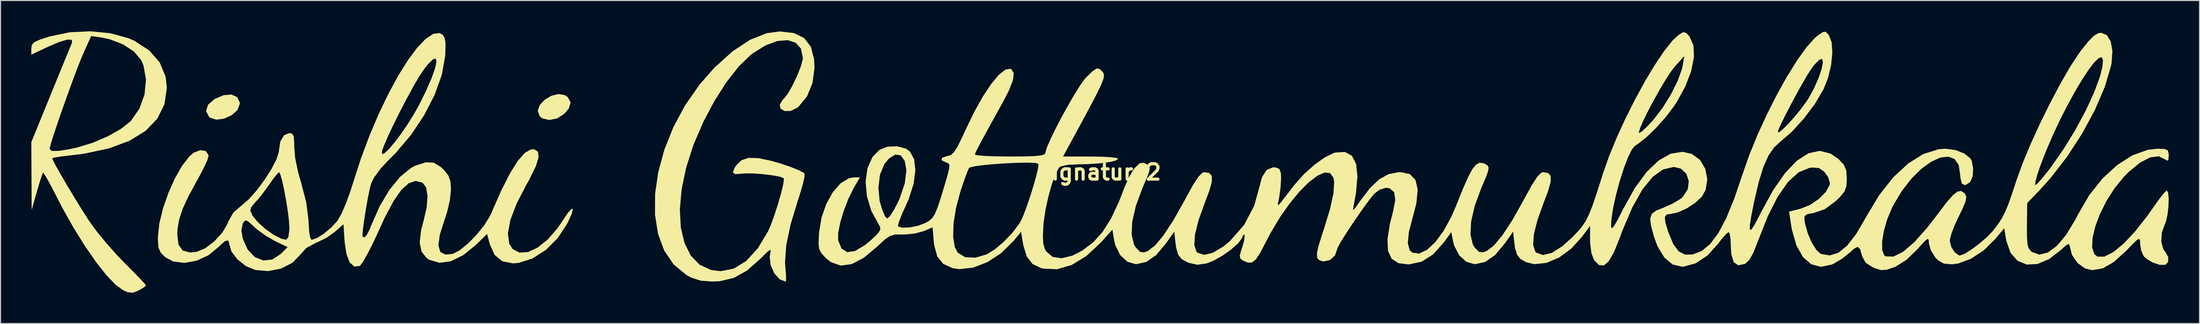
<source format=kicad_pcb>
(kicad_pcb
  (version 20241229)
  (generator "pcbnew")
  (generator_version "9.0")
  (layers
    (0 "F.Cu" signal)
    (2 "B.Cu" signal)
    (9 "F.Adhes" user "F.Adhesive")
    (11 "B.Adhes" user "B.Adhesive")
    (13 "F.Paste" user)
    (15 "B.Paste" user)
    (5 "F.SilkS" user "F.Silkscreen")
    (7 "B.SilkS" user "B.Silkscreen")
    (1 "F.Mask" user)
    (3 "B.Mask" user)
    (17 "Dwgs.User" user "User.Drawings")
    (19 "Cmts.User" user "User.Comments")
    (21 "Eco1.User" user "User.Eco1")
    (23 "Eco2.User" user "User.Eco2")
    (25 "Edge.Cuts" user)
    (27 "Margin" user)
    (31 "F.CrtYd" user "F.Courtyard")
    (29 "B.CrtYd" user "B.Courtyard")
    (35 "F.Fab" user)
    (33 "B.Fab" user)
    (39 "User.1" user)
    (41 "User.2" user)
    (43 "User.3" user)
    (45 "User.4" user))
  (footprint "signature2"
    (layer "F.Cu")
    (at 104.14 13.731)
    (property "Reference" "signature2" (at 0 0 0) (layer "F.SilkS") (effects (font (size 1.5 1.5) (thickness 0.3))))
    (attr board_only exclude_from_pos_files exclude_from_bom)
    (fp_poly (pts (xy -84.067 -7.308) (xy -83.823 -6.758) (xy -83.82 -6.669) (xy -84.044 -6.064) (xy -84.608 -5.557) (xy -85.353 -5.217) (xy -86.116 -5.114) (xy -86.737 -5.315) (xy -86.817 -5.385) (xy -87.109 -5.959) (xy -86.923 -6.563) (xy -86.296 -7.115) (xy -85.403 -7.504) (xy -84.627 -7.562)) (stroke (width 0) (type solid)) (fill yes) (layer "F.SilkS"))
    (fp_poly (pts (xy -52.138 -7.507) (xy -51.867 -7.315) (xy -51.585 -6.8) (xy -51.755 -6.219) (xy -52.185 -5.703) (xy -52.889 -5.244) (xy -53.673 -5.085) (xy -54.356 -5.246) (xy -54.6 -5.449) (xy -54.787 -5.989) (xy -54.587 -6.551) (xy -54.111 -7.06) (xy -53.47 -7.44) (xy -52.775 -7.614)) (stroke (width 0) (type solid)) (fill yes) (layer "F.SilkS"))
    (fp_poly (pts (xy -96.414 -13.536) (xy -94.656 -13.054) (xy -94.107 -12.812) (xy -92.643 -11.859) (xy -91.62 -10.683) (xy -91.051 -9.304) (xy -90.932 -8.216) (xy -91.165 -6.616) (xy -91.856 -5.218) (xy -92.995 -4.03) (xy -94.572 -3.059) (xy -96.575 -2.313) (xy -98.995 -1.799) (xy -100.321 -1.634) (xy -101.198 -1.534) (xy -101.836 -1.435) (xy -102.106 -1.357) (xy -102.108 -1.352) (xy -101.982 -1.059) (xy -101.643 -0.429) (xy -101.144 0.446) (xy -100.541 1.472) (xy -99.888 2.555) (xy -99.242 3.603) (xy -98.657 4.523) (xy -98.458 4.826) (xy -97.718 5.834) (xy -96.752 7.009) (xy -95.707 8.175) (xy -95.076 8.825) (xy -94.249 9.655) (xy -93.574 10.351) (xy -93.122 10.839) (xy -92.964 11.041) (xy -93.164 11.229) (xy -93.648 11.517) (xy -93.676 11.531) (xy -94.235 11.755) (xy -94.724 11.71) (xy -95.192 11.51) (xy -95.927 10.977) (xy -96.821 10.042) (xy -97.828 8.767) (xy -98.904 7.216) (xy -100.004 5.452) (xy -101.083 3.538) (xy -101.713 2.323) (xy -102.209 1.356) (xy -102.624 0.598) (xy -102.905 0.138) (xy -102.998 0.043) (xy -103.11 0.318) (xy -103.315 0.951) (xy -103.571 1.812) (xy -103.599 1.911) (xy -104.104 3.683) (xy -104.122 0.381) (xy -104.136 -2.252) (xy -102.362 -2.252) (xy -102.127 -2.068) (xy -101.427 -2.075) (xy -100.266 -2.272) (xy -99.629 -2.414) (xy -98.156 -2.863) (xy -96.708 -3.483) (xy -95.439 -4.196) (xy -94.503 -4.926) (xy -94.438 -4.992) (xy -93.605 -6.186) (xy -93.105 -7.578) (xy -92.964 -9.027) (xy -93.205 -10.39) (xy -93.438 -10.926) (xy -94.131 -11.752) (xy -95.195 -12.453) (xy -96.495 -12.953) (xy -97.22 -13.107) (xy -98.3 -13.273) (xy -99.066 -11.585) (xy -99.361 -10.88) (xy -99.752 -9.875) (xy -100.204 -8.663) (xy -100.685 -7.339) (xy -101.161 -5.995) (xy -101.599 -4.726) (xy -101.966 -3.626) (xy -102.23 -2.789) (xy -102.356 -2.308) (xy -102.362 -2.252) (xy -104.136 -2.252) (xy -104.139 -2.921) (xy -102.222 -7.62) (xy -101.628 -9.075) (xy -101.095 -10.378) (xy -100.653 -11.454) (xy -100.335 -12.226) (xy -100.173 -12.615) (xy -100.163 -12.636) (xy -100.197 -12.905) (xy -100.627 -12.92) (xy -101.412 -12.69) (xy -102.513 -12.221) (xy -102.552 -12.203) (xy -104.14 -11.452) (xy -104.14 -12.068) (xy -104.085 -12.406) (xy -103.85 -12.664) (xy -103.335 -12.907) (xy -102.436 -13.203) (xy -102.348 -13.23) (xy -100.416 -13.632) (xy -98.386 -13.731)) (stroke (width 0) (type solid)) (fill yes) (layer "F.SilkS"))
    (fp_poly (pts (xy -29.817 -13.556) (xy -28.818 -13.062) (xy -28.172 -12.212) (xy -27.859 -10.987) (xy -27.821 -10.179) (xy -28.017 -8.687) (xy -28.552 -7.381) (xy -29.372 -6.387) (xy -29.514 -6.274) (xy -30.155 -5.966) (xy -30.72 -5.956) (xy -31.109 -6.177) (xy -31.216 -6.559) (xy -30.941 -7.035) (xy -30.821 -7.144) (xy -30.441 -7.619) (xy -29.987 -8.408) (xy -29.538 -9.34) (xy -29.173 -10.246) (xy -28.973 -10.956) (xy -28.956 -11.129) (xy -29.141 -12.037) (xy -29.658 -12.618) (xy -30.444 -12.868) (xy -31.439 -12.784) (xy -32.583 -12.362) (xy -33.815 -11.599) (xy -34.045 -11.423) (xy -35.192 -10.314) (xy -36.387 -8.792) (xy -37.571 -6.939) (xy -38.626 -4.962) (xy -39.621 -2.654) (xy -40.335 -0.42) (xy -40.774 1.698) (xy -40.943 3.655) (xy -40.846 5.41) (xy -40.488 6.919) (xy -39.875 8.139) (xy -39.011 9.027) (xy -37.901 9.539) (xy -36.957 9.652) (xy -35.682 9.402) (xy -34.477 8.66) (xy -33.359 7.441) (xy -32.368 5.808) (xy -32.066 5.116) (xy -31.733 4.202) (xy -31.404 3.189) (xy -31.116 2.199) (xy -30.905 1.353) (xy -30.806 0.772) (xy -30.826 0.585) (xy -31.188 0.447) (xy -31.897 0.314) (xy -32.792 0.202) (xy -33.714 0.131) (xy -34.501 0.116) (xy -34.861 0.145) (xy -35.543 0.198) (xy -35.781 0.028) (xy -35.611 -0.416) (xy -35.433 -0.685) (xy -34.932 -1.167) (xy -34.237 -1.393) (xy -33.277 -1.365) (xy -31.979 -1.088) (xy -31.204 -0.864) (xy -30.194 -0.526) (xy -29.382 -0.204) (xy -28.883 0.056) (xy -28.784 0.154) (xy -28.809 0.518) (xy -28.976 1.236) (xy -29.254 2.182) (xy -29.427 2.709) (xy -30.156 5.113) (xy -30.577 7.137) (xy -30.695 8.802) (xy -30.653 9.405) (xy -30.592 10.125) (xy -30.598 10.582) (xy -30.636 10.668) (xy -31.228 10.44) (xy -31.742 9.858) (xy -32.092 9.078) (xy -32.19 8.253) (xy -32.145 7.968) (xy -32.087 7.638) (xy -32.183 7.586) (xy -32.497 7.842) (xy -33.092 8.439) (xy -33.104 8.451) (xy -34.404 9.599) (xy -35.686 10.308) (xy -37.061 10.632) (xy -37.772 10.666) (xy -38.921 10.578) (xy -39.851 10.273) (xy -40.299 10.03) (xy -41.546 9.001) (xy -42.468 7.642) (xy -43.072 6.008) (xy -43.365 4.153) (xy -43.355 2.133) (xy -43.049 0.000469) (xy -42.453 -2.189) (xy -41.577 -4.381) (xy -40.426 -6.521) (xy -39.008 -8.555) (xy -37.592 -10.166) (xy -35.818 -11.77) (xy -34.104 -12.9) (xy -32.466 -13.549) (xy -31.189 -13.716)) (stroke (width 0) (type solid)) (fill yes) (layer "F.SilkS"))
    (fp_poly (pts (xy -64.077 -13.414) (xy -63.87 -13.11) (xy -63.78 -12.569) (xy -63.79 -11.677) (xy -63.811 -11.311) (xy -64.132 -9.504) (xy -64.834 -7.548) (xy -65.859 -5.549) (xy -67.15 -3.614) (xy -68.649 -1.849) (xy -69.208 -1.296) (xy -70.096 -0.356) (xy -70.75 0.541) (xy -71.011 1.068) (xy -71.169 1.665) (xy -71.358 2.597) (xy -71.553 3.697) (xy -71.723 4.796) (xy -71.842 5.726) (xy -71.882 6.28) (xy -71.689 6.349) (xy -71.663 6.35) (xy -71.457 6.133) (xy -71.171 5.578) (xy -70.995 5.144) (xy -70.189 3.313) (xy -69.241 1.726) (xy -68.206 0.459) (xy -67.142 -0.411) (xy -66.687 -0.646) (xy -65.694 -0.961) (xy -64.93 -0.921) (xy -64.236 -0.505) (xy -63.988 -0.274) (xy -63.514 0.297) (xy -63.296 0.904) (xy -63.246 1.728) (xy -63.352 2.731) (xy -63.633 3.924) (xy -63.881 4.675) (xy -64.333 6.094) (xy -64.471 7.122) (xy -64.292 7.767) (xy -63.793 8.037) (xy -63.08 7.969) (xy -62.413 7.63) (xy -61.602 6.973) (xy -60.762 6.116) (xy -60.006 5.179) (xy -59.447 4.281) (xy -59.342 4.053) (xy -58.376 1.857) (xy -57.511 0.145) (xy -56.739 -1.098) (xy -56.049 -1.883) (xy -55.435 -2.225) (xy -55.135 -2.23) (xy -54.764 -1.986) (xy -54.71 -1.442) (xy -54.979 -0.571) (xy -55.575 0.648) (xy -55.871 1.177) (xy -56.851 3.069) (xy -57.462 4.677) (xy -57.701 5.987) (xy -57.565 6.984) (xy -57.233 7.501) (xy -56.56 7.849) (xy -55.721 7.783) (xy -54.782 7.341) (xy -53.81 6.56) (xy -52.872 5.478) (xy -52.411 4.795) (xy -51.85 3.961) (xy -51.492 3.572) (xy -51.363 3.619) (xy -51.49 4.091) (xy -51.897 4.978) (xy -51.907 4.996) (xy -52.841 6.427) (xy -54.008 7.591) (xy -55.312 8.421) (xy -56.66 8.848) (xy -57.212 8.89) (xy -58.25 8.684) (xy -58.997 8.063) (xy -59.448 7.068) (xy -59.728 6.028) (xy -60.789 7.066) (xy -62.042 8.089) (xy -63.254 8.684) (xy -64.376 8.839) (xy -65.364 8.541) (xy -65.625 8.364) (xy -66.121 7.732) (xy -66.294 6.837) (xy -66.15 5.627) (xy -65.91 4.722) (xy -65.611 3.43) (xy -65.531 2.322) (xy -65.668 1.49) (xy -66.019 1.027) (xy -66.022 1.026) (xy -66.692 0.857) (xy -67.372 1.086) (xy -68.082 1.733) (xy -68.84 2.821) (xy -69.668 4.371) (xy -70.249 5.629) (xy -70.804 6.833) (xy -71.327 7.873) (xy -71.768 8.658) (xy -72.077 9.095) (xy -72.14 9.146) (xy -72.669 9.204) (xy -73.109 8.802) (xy -73.431 7.985) (xy -73.61 6.796) (xy -73.615 6.716) (xy -73.719 5.079) (xy -74.574 5.83) (xy -75.356 6.386) (xy -76.211 6.812) (xy -76.386 6.873) (xy -77.358 7.404) (xy -77.852 7.964) (xy -78.683 8.829) (xy -79.803 9.401) (xy -81.064 9.648) (xy -82.318 9.536) (xy -83.219 9.165) (xy -84.062 8.498) (xy -84.636 7.738) (xy -84.836 7.055) (xy -84.937 6.665) (xy -85.251 6.708) (xy -85.795 7.191) (xy -85.871 7.273) (xy -86.883 8.104) (xy -88.042 8.636) (xy -89.228 8.845) (xy -90.318 8.707) (xy -91.108 8.277) (xy -91.537 7.837) (xy -91.746 7.352) (xy -91.805 6.623) (xy -91.804 6.308) (xy -91.665 5.01) (xy -91.31 3.55) (xy -90.789 2.046) (xy -90.152 0.618) (xy -89.452 -0.616) (xy -88.736 -1.538) (xy -88.317 -1.894) (xy -87.673 -2.145) (xy -87.146 -2.062) (xy -86.879 -1.678) (xy -86.87 -1.56) (xy -86.991 -1.159) (xy -87.314 -0.451) (xy -87.776 0.433) (xy -87.96 0.762) (xy -88.806 2.314) (xy -89.386 3.564) (xy -89.736 4.617) (xy -89.896 5.576) (xy -89.916 6.092) (xy -89.792 7.075) (xy -89.392 7.643) (xy -88.676 7.831) (xy -88.008 7.763) (xy -87.179 7.413) (xy -86.302 6.741) (xy -85.529 5.895) (xy -85.404 5.683) (xy -83.671 5.683) (xy -83.535 6.473) (xy -83.054 7.553) (xy -82.359 8.277) (xy -81.532 8.609) (xy -80.659 8.517) (xy -79.831 7.972) (xy -79.167 7.308) (xy -80.379 6.724) (xy -81.286 6.203) (xy -82.15 5.576) (xy -82.428 5.329) (xy -82.946 4.849) (xy -83.236 4.696) (xy -83.425 4.831) (xy -83.532 5.017) (xy -83.671 5.683) (xy -85.404 5.683) (xy -85.013 5.021) (xy -84.942 4.816) (xy -84.449 3.933) (xy -84.18 3.703) (xy -82.804 3.703) (xy -82.597 4.232) (xy -82.061 4.881) (xy -81.322 5.544) (xy -80.506 6.119) (xy -79.741 6.499) (xy -79.311 6.593) (xy -79.091 6.357) (xy -78.997 5.635) (xy -78.993 5.397) (xy -79.036 4.701) (xy -79.15 3.777) (xy -79.312 2.747) (xy -79.501 1.732) (xy -79.693 0.856) (xy -79.866 0.238) (xy -79.997 0.001) (xy -79.999 0.00049) (xy -80.203 0.194) (xy -80.595 0.695) (xy -80.996 1.262) (xy -81.547 2.025) (xy -82.061 2.666) (xy -82.33 2.951) (xy -82.695 3.4) (xy -82.804 3.703) (xy -84.18 3.703) (xy -83.628 3.23) (xy -82.934 2.633) (xy -82.169 1.767) (xy -81.413 0.753) (xy -80.748 -0.288) (xy -80.256 -1.236) (xy -80.02 -1.971) (xy -80.01 -2.1) (xy -79.873 -2.998) (xy -79.504 -3.602) (xy -78.995 -3.81) (xy -78.708 -3.744) (xy -78.564 -3.464) (xy -78.52 -2.849) (xy -78.521 -2.459) (xy -78.426 -1.362) (xy -78.143 -0.001) (xy -77.845 1.033) (xy -77.346 2.954) (xy -77.127 4.703) (xy -77.121 4.889) (xy -77.07 5.756) (xy -76.968 6.37) (xy -76.835 6.602) (xy -76.302 6.426) (xy -75.595 5.972) (xy -74.865 5.352) (xy -74.304 4.734) (xy -73.921 4.069) (xy -73.473 3.036) (xy -73.013 1.759) (xy -72.763 0.966) (xy -72.009 -1.36) (xy -71.757 -2.032) (xy -69.969 -2.032) (xy -69.958 -1.754) (xy -69.722 -1.842) (xy -69.31 -2.232) (xy -68.772 -2.863) (xy -68.158 -3.673) (xy -67.517 -4.599) (xy -66.898 -5.579) (xy -66.357 -6.545) (xy -65.646 -7.983) (xy -65.124 -9.188) (xy -64.793 -10.126) (xy -64.659 -10.762) (xy -64.726 -11.063) (xy -64.998 -10.995) (xy -65.479 -10.524) (xy -65.912 -9.979) (xy -66.358 -9.3) (xy -66.935 -8.306) (xy -67.588 -7.108) (xy -68.258 -5.817) (xy -68.89 -4.544) (xy -69.427 -3.401) (xy -69.811 -2.5) (xy -69.969 -2.032) (xy -71.757 -2.032) (xy -71.168 -3.604) (xy -70.264 -5.724) (xy -69.324 -7.678) (xy -68.373 -9.425) (xy -67.436 -10.921) (xy -66.54 -12.124) (xy -65.709 -12.993) (xy -64.969 -13.484) (xy -64.346 -13.556)) (stroke (width 0) (type solid)) (fill yes) (layer "F.SilkS"))
    (fp_poly (pts (xy 70.953 -13.44) (xy 71.032 -13.335) (xy 71.298 -12.633) (xy 71.36 -11.611) (xy 71.234 -10.409) (xy 70.934 -9.167) (xy 70.504 -8.086) (xy 69.657 -6.651) (xy 68.57 -5.203) (xy 67.386 -3.911) (xy 66.371 -3.039) (xy 65.695 -2.421) (xy 65.127 -1.596) (xy 64.635 -0.491) (xy 64.185 0.969) (xy 63.743 2.86) (xy 63.731 2.921) (xy 63.456 4.298) (xy 63.317 5.195) (xy 63.32 5.624) (xy 63.473 5.595) (xy 63.783 5.122) (xy 64.26 4.216) (xy 64.398 3.937) (xy 65.581 1.776) (xy 66.754 0.089) (xy 67.908 -1.118) (xy 69.038 -1.841) (xy 70.133 -2.074) (xy 71.188 -1.812) (xy 71.941 -1.291) (xy 72.476 -0.731) (xy 72.716 -0.166) (xy 72.771 0.632) (xy 72.729 1.36) (xy 72.538 1.892) (xy 72.101 2.427) (xy 71.707 2.807) (xy 70.649 3.599) (xy 69.597 3.966) (xy 69.59 3.967) (xy 68.931 4.095) (xy 68.656 4.287) (xy 68.645 4.69) (xy 68.707 5.041) (xy 68.97 5.981) (xy 69.367 6.884) (xy 69.817 7.598) (xy 70.239 7.969) (xy 70.241 7.97) (xy 71.107 8.116) (xy 71.949 7.858) (xy 72.797 7.171) (xy 73.678 6.034) (xy 74.622 4.421) (xy 74.665 4.338) (xy 75.927 2.238) (xy 77.303 0.498) (xy 78.753 -0.848) (xy 80.24 -1.77) (xy 81.726 -2.233) (xy 82.372 -2.284) (xy 83.342 -2.157) (xy 84.207 -1.822) (xy 84.802 -1.354) (xy 84.932 -1.132) (xy 85.08 -0.388) (xy 85.035 0.381) (xy 84.815 0.933) (xy 84.785 0.965) (xy 84.302 1.276) (xy 83.975 1.113) (xy 83.826 0.494) (xy 83.82 0.272) (xy 83.674 -0.695) (xy 83.267 -1.283) (xy 82.651 -1.516) (xy 81.874 -1.418) (xy 80.985 -1.012) (xy 80.035 -0.323) (xy 79.073 0.625) (xy 78.149 1.809) (xy 77.311 3.205) (xy 77.172 3.48) (xy 76.697 4.621) (xy 76.372 5.762) (xy 76.209 6.797) (xy 76.224 7.62) (xy 76.428 8.125) (xy 76.555 8.21) (xy 77.31 8.231) (xy 78.231 7.779) (xy 79.32 6.852) (xy 80.578 5.449) (xy 81.665 4.04) (xy 82.493 2.949) (xy 83.106 2.245) (xy 83.564 1.889) (xy 83.921 1.839) (xy 84.236 2.054) (xy 84.309 2.136) (xy 84.415 2.425) (xy 84.327 2.89) (xy 84.017 3.629) (xy 83.705 4.261) (xy 83.269 5.197) (xy 82.949 6.04) (xy 82.806 6.626) (xy 82.804 6.679) (xy 82.951 7.291) (xy 83.301 7.838) (xy 83.719 8.121) (xy 83.788 8.128) (xy 84.231 7.967) (xy 84.905 7.549) (xy 85.676 6.974) (xy 86.413 6.342) (xy 86.984 5.752) (xy 87.033 5.69) (xy 87.504 5.07) (xy 87.873 4.511) (xy 88.19 3.903) (xy 88.506 3.138) (xy 88.871 2.105) (xy 89.15 1.259) (xy 91.124 1.259) (xy 91.142 1.27) (xy 91.375 1.08) (xy 91.824 0.575) (xy 92.407 -0.151) (xy 92.631 -0.445) (xy 93.866 -2.208) (xy 95.02 -4.085) (xy 96.037 -5.969) (xy 96.863 -7.755) (xy 97.444 -9.336) (xy 97.668 -10.225) (xy 97.736 -10.926) (xy 97.611 -11.21) (xy 97.319 -11.122) (xy 96.887 -10.703) (xy 96.342 -9.995) (xy 95.711 -9.041) (xy 95.019 -7.884) (xy 94.294 -6.565) (xy 93.562 -5.127) (xy 92.85 -3.613) (xy 92.184 -2.065) (xy 91.596 -0.542) (xy 91.311 0.317) (xy 91.144 0.956) (xy 91.124 1.259) (xy 89.15 1.259) (xy 89.332 0.709) (xy 89.92 -0.912) (xy 90.693 -2.765) (xy 91.595 -4.735) (xy 92.568 -6.71) (xy 93.557 -8.577) (xy 94.504 -10.221) (xy 95.355 -11.53) (xy 95.56 -11.811) (xy 96.295 -12.735) (xy 96.845 -13.291) (xy 97.283 -13.549) (xy 97.536 -13.589) (xy 98.105 -13.363) (xy 98.485 -12.742) (xy 98.65 -11.811) (xy 98.573 -10.658) (xy 98.515 -10.353) (xy 97.906 -8.3) (xy 96.948 -6.068) (xy 95.706 -3.77) (xy 94.247 -1.521) (xy 92.634 0.564) (xy 91.612 1.698) (xy 90.346 3.016) (xy 90.322 5.21) (xy 90.324 6.301) (xy 90.374 7.001) (xy 90.495 7.429) (xy 90.708 7.7) (xy 90.805 7.777) (xy 91.545 8.039) (xy 92.368 7.832) (xy 93.245 7.18) (xy 94.143 6.109) (xy 95.031 4.644) (xy 95.281 4.153) (xy 96.379 2.265) (xy 97.673 0.636) (xy 99.1 -0.682) (xy 100.599 -1.638) (xy 102.106 -2.178) (xy 103.061 -2.284) (xy 103.739 -2.257) (xy 104.051 -2.114) (xy 104.137 -1.766) (xy 104.14 -1.6) (xy 104.094 -1.15) (xy 103.923 -1.141) (xy 103.835 -1.219) (xy 103.177 -1.544) (xy 102.326 -1.437) (xy 101.323 -0.914) (xy 100.211 0.005) (xy 99.77 0.454) (xy 98.864 1.565) (xy 98.079 2.798) (xy 97.441 4.072) (xy 96.977 5.309) (xy 96.713 6.428) (xy 96.675 7.349) (xy 96.889 7.994) (xy 97.203 8.238) (xy 97.877 8.233) (xy 98.734 7.8) (xy 99.742 6.971) (xy 100.864 5.776) (xy 102.066 4.246) (xy 102.676 3.38) (xy 103.218 2.618) (xy 103.663 2.054) (xy 103.928 1.791) (xy 103.95 1.784) (xy 104.084 2.002) (xy 104.136 2.566) (xy 104.113 3.319) (xy 104.024 4.109) (xy 103.88 4.78) (xy 103.759 5.08) (xy 103.461 5.914) (xy 103.413 6.796) (xy 103.616 7.52) (xy 103.759 7.711) (xy 104.088 8.251) (xy 104.082 8.761) (xy 103.803 9.035) (xy 103.252 9.036) (xy 102.546 8.795) (xy 101.912 8.405) (xy 101.692 8.182) (xy 101.444 7.609) (xy 101.354 6.997) (xy 101.338 6.632) (xy 101.249 6.499) (xy 101.016 6.634) (xy 100.564 7.071) (xy 100 7.659) (xy 98.788 8.76) (xy 97.693 9.387) (xy 96.685 9.552) (xy 95.985 9.387) (xy 95.258 8.861) (xy 94.709 8.064) (xy 94.488 7.213) (xy 94.488 7.202) (xy 94.415 6.998) (xy 94.148 7.121) (xy 93.662 7.557) (xy 92.483 8.476) (xy 91.341 8.955) (xy 90.296 9.005) (xy 89.404 8.638) (xy 88.723 7.863) (xy 88.311 6.692) (xy 88.286 6.549) (xy 88.112 5.461) (xy 87.212 6.544) (xy 86.102 7.634) (xy 84.858 8.448) (xy 83.612 8.909) (xy 83.018 8.983) (xy 82.228 8.917) (xy 81.664 8.595) (xy 81.382 8.301) (xy 80.967 7.635) (xy 80.774 6.965) (xy 80.772 6.912) (xy 80.75 6.58) (xy 80.638 6.505) (xy 80.363 6.726) (xy 79.854 7.281) (xy 79.627 7.541) (xy 78.574 8.553) (xy 77.529 9.209) (xy 77.38 9.27) (xy 76.643 9.516) (xy 76.11 9.55) (xy 75.527 9.376) (xy 75.359 9.307) (xy 74.612 8.841) (xy 74.269 8.208) (xy 74.065 7.511) (xy 73.829 7.28) (xy 73.448 7.482) (xy 73.06 7.839) (xy 72.298 8.446) (xy 71.45 8.945) (xy 71.311 9.008) (xy 70.243 9.228) (xy 69.295 8.974) (xy 68.491 8.27) (xy 67.858 7.142) (xy 67.422 5.614) (xy 67.359 5.251) (xy 67.139 3.849) (xy 68.279 3.562) (xy 69.182 3.196) (xy 70.035 2.618) (xy 70.711 1.941) (xy 71.084 1.276) (xy 71.12 1.041) (xy 70.947 0.477) (xy 70.583 -0.029) (xy 70.051 -0.399) (xy 69.391 -0.452) (xy 69.144 -0.419) (xy 68.088 0.007) (xy 67.056 0.937) (xy 66.047 2.374) (xy 65.061 4.316) (xy 64.123 6.692) (xy 63.669 7.843) (xy 63.265 8.566) (xy 62.869 8.933) (xy 62.831 8.952) (xy 62.181 9.079) (xy 61.744 8.764) (xy 61.513 7.995) (xy 61.468 7.208) (xy 61.433 6.453) (xy 61.341 5.956) (xy 61.257 5.842) (xy 61.004 6.032) (xy 60.576 6.521) (xy 60.239 6.965) (xy 59.195 8.124) (xy 58.036 8.891) (xy 56.846 9.215) (xy 56.73 9.221) (xy 55.803 9.003) (xy 54.987 8.323) (xy 54.319 7.218) (xy 53.988 6.314) (xy 53.695 5.239) (xy 53.608 4.528) (xy 53.765 4.068) (xy 54.202 3.745) (xy 54.898 3.466) (xy 55.769 3.084) (xy 56.526 2.63) (xy 56.803 2.402) (xy 57.275 1.659) (xy 57.371 0.867) (xy 57.131 0.154) (xy 56.594 -0.346) (xy 55.911 -0.508) (xy 54.862 -0.264) (xy 53.841 0.47) (xy 52.846 1.699) (xy 51.873 3.426) (xy 50.919 5.656) (xy 50.636 6.422) (xy 50.082 7.799) (xy 49.572 8.687) (xy 49.088 9.1) (xy 48.614 9.053) (xy 48.147 8.579) (xy 47.883 7.901) (xy 47.758 6.903) (xy 47.752 6.624) (xy 47.752 5.234) (xy 46.997 6.261) (xy 45.928 7.448) (xy 44.736 8.322) (xy 43.508 8.843) (xy 42.332 8.971) (xy 41.55 8.788) (xy 40.984 8.48) (xy 40.637 8.05) (xy 40.435 7.36) (xy 40.329 6.515) (xy 40.259 5.791) (xy 39.451 6.942) (xy 38.489 8.087) (xy 37.53 8.754) (xy 36.532 8.975) (xy 36.516 8.975) (xy 35.694 8.738) (xy 34.992 8.098) (xy 34.509 7.157) (xy 34.4 6.731) (xy 34.234 5.843) (xy 33.522 6.825) (xy 32.458 8.02) (xy 31.327 8.733) (xy 30.087 8.992) (xy 30.045 8.993) (xy 29.074 8.871) (xy 28.415 8.439) (xy 28.063 7.673) (xy 28.009 6.549) (xy 28.246 5.042) (xy 28.554 3.844) (xy 28.771 2.709) (xy 28.662 1.956) (xy 28.224 1.577) (xy 27.848 1.524) (xy 27.258 1.704) (xy 26.735 2.095) (xy 26.328 2.591) (xy 25.772 3.34) (xy 25.136 4.243) (xy 24.488 5.198) (xy 23.897 6.102) (xy 23.431 6.855) (xy 23.157 7.354) (xy 23.114 7.484) (xy 22.902 8.117) (xy 22.39 8.578) (xy 21.76 8.706) (xy 21.726 8.7) (xy 21.359 8.584) (xy 21.161 8.356) (xy 21.133 7.934) (xy 21.279 7.239) (xy 21.601 6.189) (xy 21.829 5.506) (xy 22.418 3.579) (xy 22.748 2.059) (xy 22.815 0.955) (xy 22.741 0.533) (xy 22.412 0.086) (xy 21.875 0.041) (xy 21.17 0.355) (xy 20.341 0.989) (xy 19.429 1.903) (xy 18.478 3.056) (xy 17.53 4.407) (xy 16.627 5.916) (xy 16.168 6.795) (xy 15.615 7.855) (xy 15.184 8.505) (xy 14.804 8.807) (xy 14.403 8.819) (xy 13.965 8.634) (xy 13.681 8.433) (xy 13.616 8.15) (xy 13.756 7.618) (xy 13.858 7.324) (xy 14.033 6.713) (xy 14.101 6.256) (xy 14.065 6.05) (xy 13.93 6.193) (xy 13.817 6.454) (xy 13.454 6.947) (xy 12.774 7.545) (xy 11.926 8.142) (xy 11.055 8.634) (xy 10.387 8.897) (xy 9.495 9.028) (xy 8.671 8.845) (xy 8.527 8.787) (xy 7.962 8.479) (xy 7.616 8.048) (xy 7.415 7.357) (xy 7.309 6.515) (xy 7.239 5.791) (xy 6.431 6.942) (xy 5.469 8.087) (xy 4.51 8.754) (xy 3.512 8.975) (xy 3.496 8.975) (xy 2.669 8.738) (xy 1.973 8.092) (xy 1.493 7.135) (xy 1.367 6.598) (xy 1.207 5.603) (xy 0.085 6.851) (xy -1.328 8.175) (xy -2.77 9.052) (xy -4.201 9.466) (xy -5.582 9.399) (xy -5.73 9.361) (xy -6.575 8.95) (xy -7.141 8.221) (xy -7.483 7.096) (xy -7.515 6.906) (xy -7.69 5.811) (xy -8.436 6.717) (xy -9.623 7.888) (xy -10.964 8.767) (xy -12.355 9.305) (xy -13.692 9.456) (xy -14.372 9.356) (xy -15.278 8.941) (xy -15.859 8.217) (xy -16.162 7.118) (xy -16.201 6.752) (xy -16.239 6.303) (xy -14.312 6.303) (xy -14.152 7.307) (xy -13.867 7.847) (xy -13.136 8.292) (xy -12.145 8.335) (xy -11.062 8.023) (xy -10.272 7.545) (xy -9.372 6.781) (xy -8.513 5.879) (xy -7.846 4.989) (xy -7.697 4.728) (xy -7.42 4.098) (xy -7.092 3.212) (xy -6.752 2.192) (xy -6.435 1.16) (xy -6.179 0.235) (xy -6.021 -0.461) (xy -5.997 -0.807) (xy -6 -0.813) (xy -6.3 -0.894) (xy -6.987 -0.925) (xy -7.943 -0.914) (xy -9.051 -0.868) (xy -10.193 -0.794) (xy -11.251 -0.698) (xy -12.109 -0.588) (xy -12.647 -0.471) (xy -12.764 -0.406) (xy -12.927 -0.047) (xy -13.191 0.664) (xy -13.507 1.593) (xy -13.609 1.905) (xy -14.037 3.509) (xy -14.273 5.006) (xy -14.312 6.303) (xy -16.239 6.303) (xy -16.315 5.384) (xy -17.207 5.757) (xy -18.042 5.982) (xy -19.018 6.08) (xy -19.273 6.077) (xy -19.936 6.079) (xy -20.437 6.208) (xy -20.942 6.543) (xy -21.617 7.163) (xy -21.685 7.23) (xy -23.01 8.341) (xy -24.202 8.967) (xy -25.273 9.109) (xy -26.231 8.769) (xy -26.723 8.368) (xy -27.133 7.926) (xy -27.353 7.527) (xy -27.427 7.006) (xy -27.398 6.195) (xy -27.375 5.867) (xy -27.138 4.431) (xy -26.673 3.098) (xy -26.037 1.955) (xy -25.284 1.091) (xy -24.47 0.594) (xy -23.983 0.508) (xy -23.397 0.508) (xy -24.02 1.587) (xy -24.531 2.621) (xy -24.98 3.789) (xy -25.324 4.946) (xy -25.518 5.946) (xy -25.519 6.64) (xy -25.183 7.45) (xy -24.636 7.8) (xy -23.88 7.69) (xy -22.92 7.12) (xy -22.326 6.629) (xy -21.709 6.045) (xy -21.427 5.662) (xy -21.419 5.366) (xy -21.532 5.163) (xy -22.279 3.792) (xy -22.716 2.343) (xy -22.791 1.499) (xy -21.595 1.499) (xy -21.474 2.825) (xy -21.192 3.755) (xy -20.927 4.34) (xy -20.741 4.515) (xy -20.522 4.34) (xy -20.405 4.191) (xy -20.063 3.645) (xy -19.668 2.878) (xy -19.532 2.581) (xy -19.022 1.091) (xy -18.869 -0.203) (xy -19.03 -1.097) (xy -19.416 -1.635) (xy -19.941 -1.716) (xy -20.543 -1.352) (xy -21.01 -0.788) (xy -21.438 0.232) (xy -21.595 1.499) (xy -22.791 1.499) (xy -22.843 0.914) (xy -22.659 -0.395) (xy -22.167 -1.485) (xy -21.5 -2.168) (xy -20.706 -2.482) (xy -19.771 -2.52) (xy -18.92 -2.293) (xy -18.542 -2.032) (xy -18.114 -1.263) (xy -17.991 -0.176) (xy -18.167 1.144) (xy -18.636 2.614) (xy -18.93 3.281) (xy -19.328 4.16) (xy -19.597 4.855) (xy -19.695 5.25) (xy -19.684 5.292) (xy -19.269 5.417) (xy -18.567 5.39) (xy -17.766 5.234) (xy -17.057 4.973) (xy -17.045 4.967) (xy -16.652 4.743) (xy -16.352 4.479) (xy -16.096 4.086) (xy -15.838 3.471) (xy -15.531 2.545) (xy -15.155 1.304) (xy -14.856 0.284) (xy -14.699 -0.35) (xy -14.679 -0.701) (xy -14.787 -0.868) (xy -15.007 -0.948) (xy -15.438 -1.164) (xy -15.395 -1.399) (xy -14.897 -1.565) (xy -14.854 -1.571) (xy -14.529 -1.675) (xy -14.224 -1.956) (xy -13.882 -2.495) (xy -13.444 -3.377) (xy -13.125 -4.074) (xy -12.275 -5.835) (xy -11.429 -7.352) (xy -10.618 -8.579) (xy -9.878 -9.472) (xy -9.239 -9.988) (xy -8.737 -10.081) (xy -8.647 -10.04) (xy -8.408 -9.657) (xy -8.483 -8.973) (xy -8.877 -7.959) (xy -9.445 -6.858) (xy -10.348 -5.228) (xy -11.031 -3.988) (xy -11.526 -3.081) (xy -11.859 -2.455) (xy -12.061 -2.053) (xy -12.16 -1.823) (xy -12.186 -1.714) (xy -11.95 -1.645) (xy -11.298 -1.587) (xy -10.323 -1.545) (xy -9.116 -1.525) (xy -8.763 -1.524) (xy -7.326 -1.535) (xy -6.331 -1.571) (xy -5.711 -1.638) (xy -5.402 -1.745) (xy -5.334 -1.864) (xy -5.21 -2.325) (xy -4.874 -3.117) (xy -4.381 -4.136) (xy -3.786 -5.282) (xy -3.144 -6.452) (xy -2.511 -7.543) (xy -1.941 -8.454) (xy -1.489 -9.083) (xy -1.378 -9.208) (xy -0.748 -9.823) (xy -0.342 -10.096) (xy -0.044 -10.067) (xy 0.257 -9.775) (xy 0.257 -9.775) (xy 0.361 -9.603) (xy 0.388 -9.374) (xy 0.312 -9.03) (xy 0.109 -8.515) (xy -0.246 -7.772) (xy -0.778 -6.744) (xy -1.511 -5.374) (xy -2.256 -4) (xy -3.601 -1.524) (xy -0.912 -1.524) (xy 0.188 -1.505) (xy 1.071 -1.452) (xy 1.631 -1.376) (xy 1.778 -1.305) (xy 1.541 -1.132) (xy 0.895 -0.978) (xy -0.06 -0.856) (xy -1.224 -0.78) (xy -2.163 -0.762) (xy -3.151 -0.71) (xy -3.808 -0.566) (xy -3.997 -0.445) (xy -4.337 0.187) (xy -4.696 1.179) (xy -5.034 2.385) (xy -5.311 3.659) (xy -5.489 4.858) (xy -5.514 5.134) (xy -5.569 6.231) (xy -5.529 6.967) (xy -5.378 7.486) (xy -5.237 7.737) (xy -4.615 8.262) (xy -3.739 8.393) (xy -2.674 8.133) (xy -1.711 7.632) (xy -0.658 6.832) (xy 0.25 5.825) (xy 1.067 4.532) (xy 1.848 2.872) (xy 2.403 1.442) (xy 2.784 0.576) (xy 3.228 -0.192) (xy 3.41 -0.434) (xy 3.852 -0.859) (xy 4.224 -0.917) (xy 4.499 -0.801) (xy 4.744 -0.649) (xy 4.851 -0.455) (xy 4.806 -0.115) (xy 4.593 0.473) (xy 4.194 1.411) (xy 4.133 1.552) (xy 3.495 3.278) (xy 3.141 4.814) (xy 3.079 6.098) (xy 3.314 7.067) (xy 3.497 7.357) (xy 3.909 7.773) (xy 4.296 7.822) (xy 4.66 7.684) (xy 5.359 7.155) (xy 6.195 6.149) (xy 7.16 4.673) (xy 8.248 2.739) (xy 8.387 2.477) (xy 9.065 1.246) (xy 9.585 0.452) (xy 9.972 0.059) (xy 10.146 0) (xy 10.644 0.082) (xy 10.894 0.37) (xy 10.897 0.925) (xy 10.654 1.81) (xy 10.231 2.93) (xy 9.607 4.661) (xy 9.257 6.058) (xy 9.185 7.095) (xy 9.395 7.747) (xy 9.487 7.843) (xy 10.135 8.064) (xy 10.99 7.863) (xy 12.006 7.258) (xy 12.639 6.737) (xy 14.046 5.142) (xy 15.02 3.286) (xy 15.473 1.651) (xy 15.785 0.492) (xy 16.229 -0.203) (xy 16.83 -0.466) (xy 17.143 -0.454) (xy 17.48 -0.308) (xy 17.624 0.095) (xy 17.644 0.635) (xy 17.586 1.571) (xy 17.455 2.477) (xy 17.442 2.54) (xy 17.332 3.102) (xy 17.371 3.23) (xy 17.592 2.985) (xy 17.643 2.921) (xy 18.014 2.444) (xy 18.558 1.743) (xy 18.988 1.188) (xy 19.872 0.197) (xy 20.888 -0.713) (xy 21.902 -1.437) (xy 22.781 -1.871) (xy 22.914 -1.909) (xy 23.865 -1.968) (xy 24.544 -1.599) (xy 24.951 -0.806) (xy 25.083 0.409) (xy 24.941 2.044) (xy 24.734 3.175) (xy 24.655 3.604) (xy 24.707 3.683) (xy 24.945 3.387) (xy 25.267 2.921) (xy 26.267 1.6) (xy 27.191 0.709) (xy 28.115 0.195) (xy 29.114 0.004) (xy 29.31 0) (xy 30.193 0.191) (xy 30.742 0.761) (xy 30.954 1.707) (xy 30.829 3.028) (xy 30.483 4.359) (xy 30.095 5.843) (xy 29.992 6.921) (xy 30.173 7.609) (xy 30.428 7.846) (xy 31.094 7.934) (xy 31.853 7.581) (xy 32.657 6.837) (xy 33.463 5.751) (xy 34.224 4.372) (xy 34.699 3.275) (xy 35.339 1.676) (xy 35.852 0.508) (xy 36.276 -0.281) (xy 36.644 -0.74) (xy 36.993 -0.92) (xy 37.359 -0.873) (xy 37.545 -0.787) (xy 37.775 -0.637) (xy 37.869 -0.432) (xy 37.81 -0.071) (xy 37.58 0.55) (xy 37.162 1.531) (xy 37.153 1.552) (xy 36.515 3.278) (xy 36.161 4.814) (xy 36.099 6.098) (xy 36.334 7.067) (xy 36.517 7.357) (xy 36.929 7.773) (xy 37.316 7.822) (xy 37.68 7.684) (xy 38.379 7.155) (xy 39.215 6.149) (xy 40.18 4.673) (xy 41.268 2.739) (xy 41.407 2.477) (xy 42.085 1.246) (xy 42.605 0.452) (xy 42.992 0.059) (xy 43.166 0) (xy 43.664 0.082) (xy 43.914 0.37) (xy 43.917 0.925) (xy 43.674 1.81) (xy 43.251 2.93) (xy 42.627 4.661) (xy 42.277 6.058) (xy 42.205 7.095) (xy 42.415 7.747) (xy 42.507 7.843) (xy 43.173 8.081) (xy 44.03 7.868) (xy 45.055 7.215) (xy 45.981 6.382) (xy 46.53 5.818) (xy 46.963 5.309) (xy 47.324 4.769) (xy 47.653 4.11) (xy 47.995 3.245) (xy 48.389 2.088) (xy 48.879 0.553) (xy 49.013 0.127) (xy 49.607 -1.566) (xy 50.359 -3.393) (xy 50.592 -3.901) (xy 52.511 -3.901) (xy 52.548 -3.81) (xy 52.827 -3.988) (xy 53.324 -4.456) (xy 53.932 -5.112) (xy 53.936 -5.117) (xy 54.817 -6.264) (xy 55.628 -7.573) (xy 56.286 -8.888) (xy 56.706 -10.052) (xy 56.785 -10.414) (xy 56.93 -11.303) (xy 56.024 -10.308) (xy 55.617 -9.778) (xy 55.104 -8.989) (xy 54.533 -8.034) (xy 53.954 -7) (xy 53.414 -5.98) (xy 52.961 -5.064) (xy 52.644 -4.34) (xy 52.511 -3.901) (xy 50.592 -3.901) (xy 51.224 -5.277) (xy 52.163 -7.14) (xy 53.131 -8.905) (xy 54.088 -10.495) (xy 54.99 -11.832) (xy 55.795 -12.839) (xy 56.398 -13.396) (xy 56.838 -13.648) (xy 57.145 -13.555) (xy 57.444 -13.222) (xy 57.827 -12.365) (xy 57.876 -11.219) (xy 57.607 -9.86) (xy 57.039 -8.367) (xy 56.188 -6.816) (xy 55.943 -6.443) (xy 55.135 -5.375) (xy 54.19 -4.317) (xy 53.233 -3.392) (xy 52.385 -2.725) (xy 52.139 -2.577) (xy 51.816 -2.192) (xy 51.437 -1.416) (xy 51.034 -0.355) (xy 50.641 0.882) (xy 50.288 2.186) (xy 50.009 3.45) (xy 49.836 4.565) (xy 49.795 5.283) (xy 49.856 5.482) (xy 50.041 5.321) (xy 50.376 4.766) (xy 50.883 3.782) (xy 50.984 3.577) (xy 52.105 1.563) (xy 53.263 -0.014) (xy 54.439 -1.14) (xy 55.615 -1.8) (xy 56.773 -1.981) (xy 57.666 -1.775) (xy 58.467 -1.192) (xy 58.982 -0.316) (xy 59.176 0.706) (xy 59.013 1.727) (xy 58.65 2.386) (xy 58.011 2.988) (xy 57.154 3.542) (xy 56.277 3.937) (xy 55.651 4.064) (xy 55.218 4.129) (xy 55.036 4.384) (xy 55.092 4.921) (xy 55.362 5.812) (xy 55.85 6.994) (xy 56.385 7.721) (xy 57.021 8.042) (xy 57.738 8.027) (xy 58.62 7.693) (xy 59.447 7.015) (xy 60.239 5.959) (xy 61.017 4.495) (xy 61.8 2.589) (xy 62.609 0.209) (xy 62.609 0.207) (xy 63.266 -1.671) (xy 64.071 -3.642) (xy 64.192 -3.906) (xy 66.04 -3.906) (xy 66.182 -3.894) (xy 66.557 -4.199) (xy 67.087 -4.734) (xy 67.693 -5.414) (xy 68.298 -6.153) (xy 68.824 -6.866) (xy 69.053 -7.219) (xy 69.589 -8.203) (xy 70.024 -9.19) (xy 70.321 -10.068) (xy 70.442 -10.726) (xy 70.353 -11.052) (xy 70.087 -10.948) (xy 69.658 -10.524) (xy 69.364 -10.15) (xy 68.991 -9.577) (xy 68.495 -8.735) (xy 67.932 -7.728) (xy 67.356 -6.661) (xy 66.824 -5.639) (xy 66.391 -4.766) (xy 66.113 -4.146) (xy 66.04 -3.906) (xy 64.192 -3.906) (xy 64.982 -5.628) (xy 65.957 -7.553) (xy 66.954 -9.338) (xy 67.931 -10.906) (xy 68.845 -12.178) (xy 69.654 -13.078) (xy 69.933 -13.312) (xy 70.425 -13.652) (xy 70.7 -13.693)) (stroke (width 0) (type solid)) (fill yes) (layer "F.SilkS")))
  (gr_rect
    (start -3 -3)
    (end 211.28 28.487)
    (stroke (width 0.1) (type default))
    (fill no)
    (layer "Edge.Cuts")))
</source>
